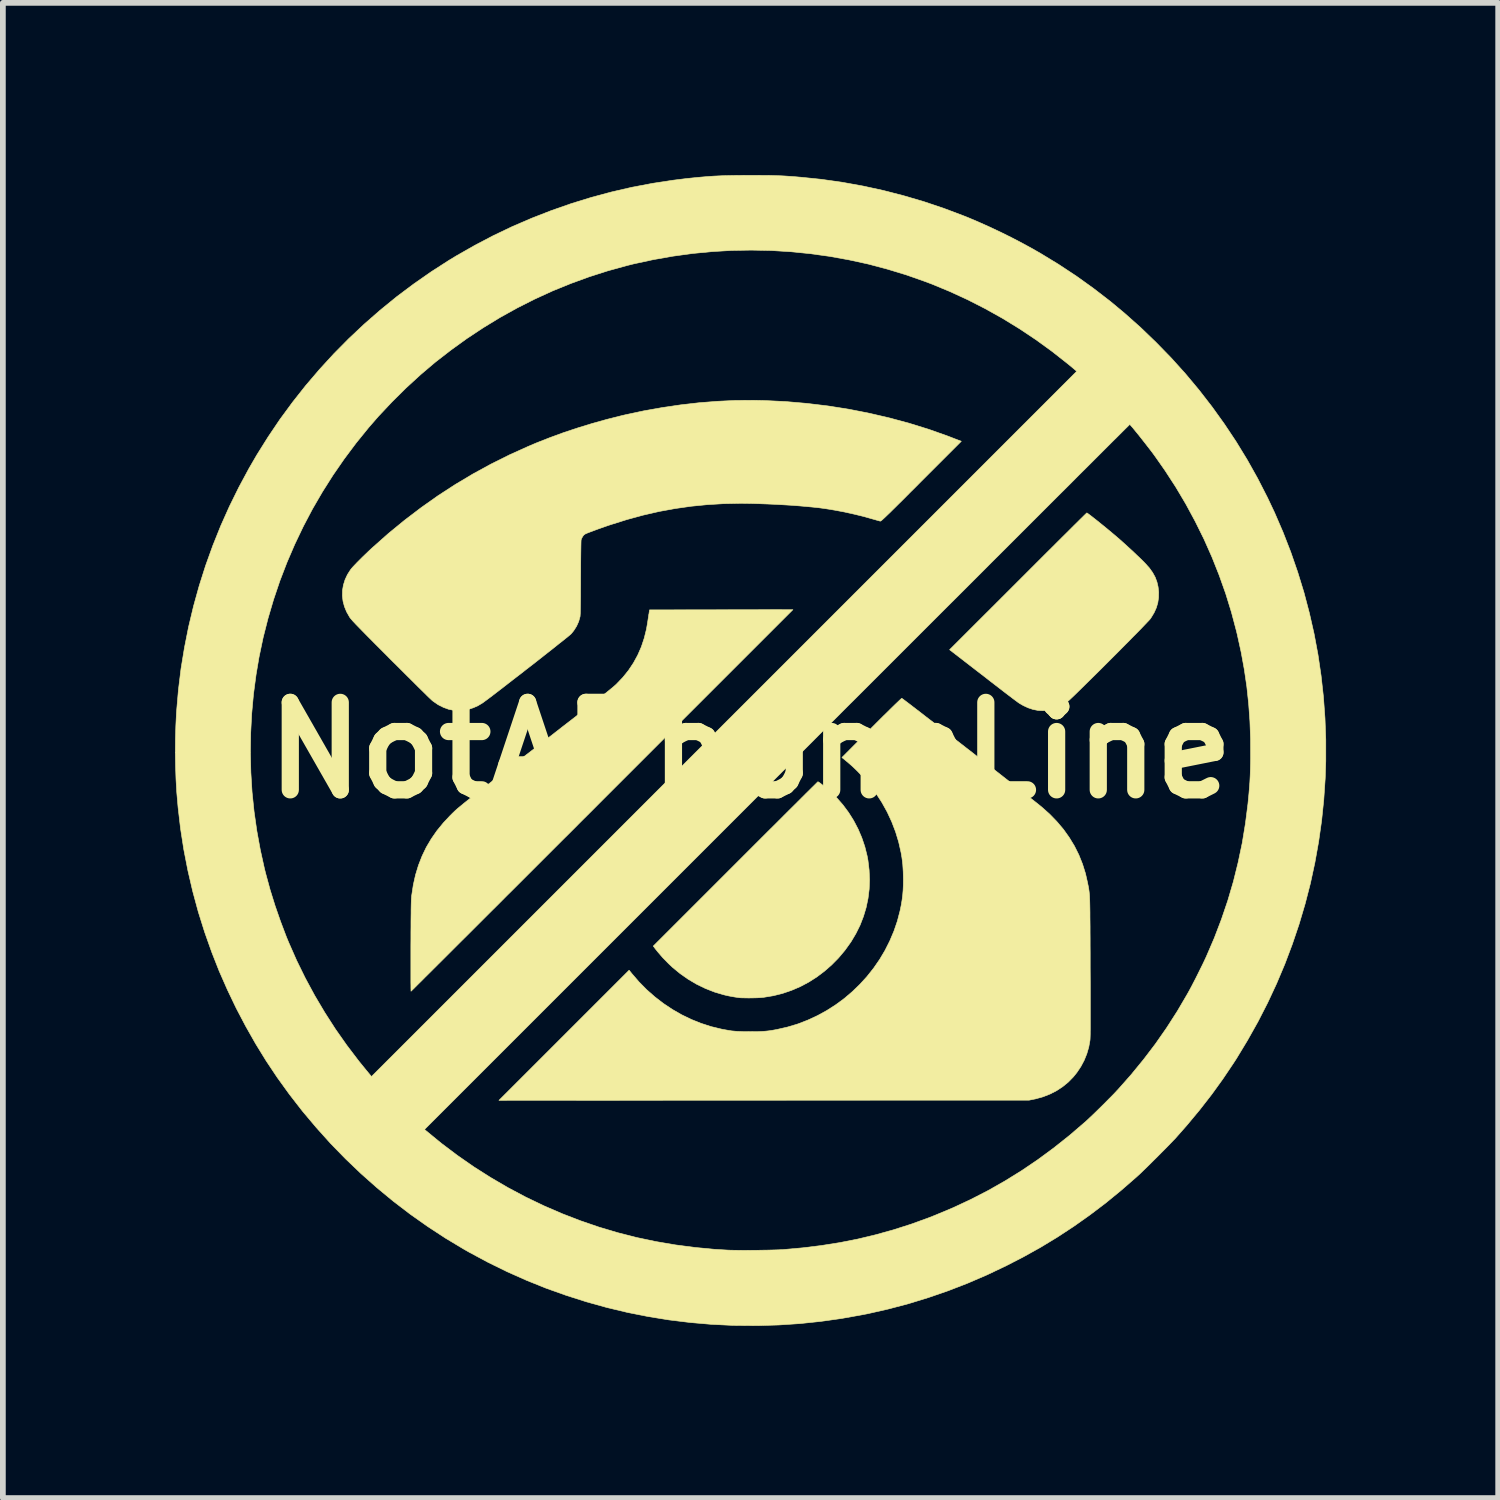
<source format=kicad_pcb>
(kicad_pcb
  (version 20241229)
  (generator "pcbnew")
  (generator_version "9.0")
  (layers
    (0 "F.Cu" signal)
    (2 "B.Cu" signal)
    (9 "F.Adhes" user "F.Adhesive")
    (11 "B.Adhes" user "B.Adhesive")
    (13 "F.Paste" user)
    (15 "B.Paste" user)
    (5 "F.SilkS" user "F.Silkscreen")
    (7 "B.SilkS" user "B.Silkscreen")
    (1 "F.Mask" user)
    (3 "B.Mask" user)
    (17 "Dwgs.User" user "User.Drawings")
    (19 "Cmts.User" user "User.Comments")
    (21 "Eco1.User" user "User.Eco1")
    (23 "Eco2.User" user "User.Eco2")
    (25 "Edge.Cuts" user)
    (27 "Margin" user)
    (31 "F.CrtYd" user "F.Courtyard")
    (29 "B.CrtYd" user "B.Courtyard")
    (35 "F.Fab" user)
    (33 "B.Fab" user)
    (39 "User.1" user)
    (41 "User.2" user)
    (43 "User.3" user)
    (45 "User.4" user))
  (footprint "NotAPhoneLine"
    (layer "F.Cu")
    (at 10.027 10.023)
    (property "Reference" "NotAPhoneLine" (at 0 0 0) (layer "F.SilkS") (effects (font (size 1.524 1.524) (thickness 0.3))))
    (attr through_hole)
    (fp_poly (pts (xy 1.184 0.553) (xy 1.202 0.564) (xy 1.226 0.582) (xy 1.255 0.605) (xy 1.288 0.631) (xy 1.321 0.658) (xy 1.354 0.686) (xy 1.383 0.711) (xy 1.501 0.826) (xy 1.61 0.951) (xy 1.709 1.084) (xy 1.797 1.224) (xy 1.874 1.371) (xy 1.939 1.523) (xy 1.992 1.679) (xy 2.032 1.839) (xy 2.047 1.92) (xy 2.067 2.088) (xy 2.074 2.254) (xy 2.068 2.419) (xy 2.048 2.581) (xy 2.015 2.74) (xy 1.968 2.896) (xy 1.909 3.048) (xy 1.836 3.195) (xy 1.751 3.338) (xy 1.746 3.345) (xy 1.645 3.486) (xy 1.534 3.618) (xy 1.415 3.739) (xy 1.288 3.85) (xy 1.154 3.951) (xy 1.014 4.04) (xy 0.867 4.118) (xy 0.715 4.183) (xy 0.558 4.237) (xy 0.397 4.277) (xy 0.233 4.304) (xy 0.218 4.306) (xy 0.183 4.309) (xy 0.137 4.312) (xy 0.084 4.314) (xy 0.027 4.315) (xy -0.03 4.316) (xy -0.085 4.315) (xy -0.133 4.314) (xy -0.172 4.313) (xy -0.184 4.312) (xy -0.222 4.307) (xy -0.27 4.3) (xy -0.323 4.291) (xy -0.376 4.281) (xy -0.426 4.27) (xy -0.464 4.261) (xy -0.627 4.213) (xy -0.785 4.151) (xy -0.938 4.077) (xy -1.084 3.991) (xy -1.224 3.893) (xy -1.358 3.783) (xy -1.428 3.717) (xy -1.527 3.616) (xy -1.614 3.515) (xy -1.658 3.46) (xy -1.694 3.412) (xy -0.262 1.98) (xy -0.144 1.862) (xy -0.029 1.747) (xy 0.084 1.634) (xy 0.193 1.525) (xy 0.298 1.42) (xy 0.4 1.319) (xy 0.497 1.222) (xy 0.589 1.13) (xy 0.675 1.044) (xy 0.757 0.963) (xy 0.832 0.888) (xy 0.901 0.819) (xy 0.963 0.757) (xy 1.018 0.703) (xy 1.065 0.656) (xy 1.105 0.617) (xy 1.136 0.586) (xy 1.158 0.564) (xy 1.171 0.552) (xy 1.175 0.548) (xy 1.184 0.553)) (stroke (width 0.01) (type solid)) (fill yes) (layer "F.SilkS"))
    (fp_poly (pts (xy 5.868 -4.132) (xy 5.886 -4.119) (xy 5.912 -4.1) (xy 5.946 -4.074) (xy 5.985 -4.043) (xy 6.03 -4.008) (xy 6.078 -3.969) (xy 6.129 -3.928) (xy 6.182 -3.885) (xy 6.235 -3.841) (xy 6.287 -3.798) (xy 6.337 -3.756) (xy 6.385 -3.715) (xy 6.428 -3.678) (xy 6.466 -3.645) (xy 6.471 -3.64) (xy 6.519 -3.597) (xy 6.57 -3.55) (xy 6.624 -3.501) (xy 6.678 -3.451) (xy 6.73 -3.401) (xy 6.779 -3.355) (xy 6.823 -3.312) (xy 6.859 -3.276) (xy 6.881 -3.253) (xy 6.951 -3.175) (xy 7.007 -3.096) (xy 7.051 -3.016) (xy 7.082 -2.933) (xy 7.102 -2.847) (xy 7.112 -2.757) (xy 7.11 -2.661) (xy 7.097 -2.57) (xy 7.071 -2.482) (xy 7.032 -2.396) (xy 6.98 -2.31) (xy 6.969 -2.294) (xy 6.959 -2.281) (xy 6.939 -2.259) (xy 6.91 -2.229) (xy 6.874 -2.191) (xy 6.831 -2.146) (xy 6.782 -2.095) (xy 6.727 -2.039) (xy 6.666 -1.978) (xy 6.602 -1.912) (xy 6.534 -1.844) (xy 6.464 -1.773) (xy 6.391 -1.699) (xy 6.317 -1.625) (xy 6.242 -1.55) (xy 6.167 -1.475) (xy 6.093 -1.401) (xy 6.02 -1.329) (xy 5.949 -1.259) (xy 5.881 -1.192) (xy 5.817 -1.129) (xy 5.757 -1.07) (xy 5.702 -1.016) (xy 5.653 -0.968) (xy 5.61 -0.927) (xy 5.574 -0.893) (xy 5.546 -0.867) (xy 5.526 -0.849) (xy 5.519 -0.844) (xy 5.44 -0.791) (xy 5.356 -0.749) (xy 5.269 -0.718) (xy 5.181 -0.698) (xy 5.093 -0.69) (xy 5.008 -0.694) (xy 5.007 -0.695) (xy 4.924 -0.711) (xy 4.84 -0.739) (xy 4.758 -0.776) (xy 4.684 -0.819) (xy 4.684 -0.819) (xy 4.671 -0.828) (xy 4.654 -0.84) (xy 4.633 -0.856) (xy 4.607 -0.875) (xy 4.576 -0.898) (xy 4.54 -0.926) (xy 4.496 -0.959) (xy 4.446 -0.997) (xy 4.389 -1.041) (xy 4.323 -1.092) (xy 4.249 -1.149) (xy 4.166 -1.213) (xy 4.074 -1.285) (xy 3.971 -1.364) (xy 3.905 -1.415) (xy 3.469 -1.752) (xy 4.662 -2.944) (xy 4.769 -3.051) (xy 4.874 -3.156) (xy 4.976 -3.258) (xy 5.075 -3.357) (xy 5.169 -3.451) (xy 5.26 -3.541) (xy 5.346 -3.627) (xy 5.426 -3.707) (xy 5.502 -3.782) (xy 5.571 -3.851) (xy 5.634 -3.914) (xy 5.69 -3.969) (xy 5.739 -4.018) (xy 5.78 -4.058) (xy 5.813 -4.091) (xy 5.838 -4.115) (xy 5.853 -4.13) (xy 5.86 -4.136) (xy 5.86 -4.136) (xy 5.868 -4.132)) (stroke (width 0.01) (type solid)) (fill yes) (layer "F.SilkS"))
    (fp_poly (pts (xy -2.585 0.874) (xy -2.765 1.055) (xy -2.943 1.232) (xy -3.118 1.408) (xy -3.291 1.58) (xy -3.46 1.749) (xy -3.625 1.914) (xy -3.787 2.076) (xy -3.945 2.234) (xy -4.099 2.388) (xy -4.249 2.537) (xy -4.393 2.682) (xy -4.533 2.821) (xy -4.668 2.956) (xy -4.797 3.085) (xy -4.92 3.208) (xy -5.038 3.325) (xy -5.149 3.436) (xy -5.254 3.541) (xy -5.352 3.639) (xy -5.443 3.729) (xy -5.527 3.813) (xy -5.603 3.889) (xy -5.672 3.957) (xy -5.732 4.018) (xy -5.785 4.07) (xy -5.829 4.114) (xy -5.864 4.149) (xy -5.89 4.175) (xy -5.907 4.191) (xy -5.915 4.198) (xy -5.915 4.199) (xy -5.916 4.192) (xy -5.916 4.172) (xy -5.917 4.14) (xy -5.917 4.097) (xy -5.918 4.043) (xy -5.918 3.98) (xy -5.918 3.908) (xy -5.918 3.829) (xy -5.918 3.742) (xy -5.918 3.65) (xy -5.918 3.552) (xy -5.918 3.45) (xy -5.918 3.409) (xy -5.917 3.284) (xy -5.917 3.172) (xy -5.916 3.073) (xy -5.916 2.984) (xy -5.915 2.907) (xy -5.914 2.839) (xy -5.914 2.78) (xy -5.913 2.729) (xy -5.912 2.685) (xy -5.911 2.648) (xy -5.91 2.617) (xy -5.909 2.591) (xy -5.907 2.568) (xy -5.906 2.549) (xy -5.904 2.532) (xy -5.903 2.527) (xy -5.875 2.344) (xy -5.836 2.17) (xy -5.785 2.003) (xy -5.723 1.844) (xy -5.649 1.69) (xy -5.562 1.543) (xy -5.464 1.402) (xy -5.352 1.265) (xy -5.236 1.141) (xy -5.22 1.125) (xy -5.204 1.109) (xy -5.189 1.094) (xy -5.174 1.08) (xy -5.159 1.065) (xy -5.143 1.05) (xy -5.125 1.034) (xy -5.106 1.017) (xy -5.084 0.999) (xy -5.06 0.979) (xy -5.032 0.956) (xy -5.001 0.93) (xy -4.966 0.902) (xy -4.926 0.87) (xy -4.881 0.835) (xy -4.831 0.795) (xy -4.774 0.751) (xy -4.711 0.702) (xy -4.641 0.648) (xy -4.564 0.588) (xy -4.479 0.522) (xy -4.386 0.449) (xy -4.284 0.37) (xy -4.172 0.284) (xy -4.051 0.191) (xy -3.92 0.089) (xy -3.813 0.007) (xy -3.664 -0.109) (xy -3.524 -0.216) (xy -3.395 -0.316) (xy -3.276 -0.409) (xy -3.166 -0.494) (xy -3.065 -0.572) (xy -2.973 -0.644) (xy -2.889 -0.709) (xy -2.812 -0.769) (xy -2.743 -0.823) (xy -2.681 -0.872) (xy -2.625 -0.915) (xy -2.576 -0.954) (xy -2.532 -0.989) (xy -2.493 -1.02) (xy -2.46 -1.047) (xy -2.431 -1.071) (xy -2.406 -1.091) (xy -2.385 -1.109) (xy -2.367 -1.125) (xy -2.352 -1.138) (xy -2.339 -1.15) (xy -2.335 -1.154) (xy -2.225 -1.269) (xy -2.126 -1.392) (xy -2.04 -1.521) (xy -1.965 -1.658) (xy -1.902 -1.802) (xy -1.852 -1.952) (xy -1.813 -2.109) (xy -1.797 -2.202) (xy -1.79 -2.246) (xy -1.783 -2.292) (xy -1.776 -2.337) (xy -1.771 -2.373) (xy -1.77 -2.373) (xy -1.759 -2.446) (xy -0.51 -2.448) (xy 0.739 -2.45) (xy -2.585 0.874)) (stroke (width 0.01) (type solid)) (fill yes) (layer "F.SilkS"))
    (fp_poly (pts (xy 2.643 -0.901) (xy 2.661 -0.888) (xy 2.689 -0.867) (xy 2.726 -0.839) (xy 2.771 -0.805) (xy 2.824 -0.764) (xy 2.885 -0.717) (xy 2.952 -0.666) (xy 3.025 -0.609) (xy 3.104 -0.548) (xy 3.188 -0.484) (xy 3.276 -0.416) (xy 3.367 -0.345) (xy 3.462 -0.272) (xy 3.559 -0.196) (xy 3.658 -0.12) (xy 3.758 -0.042) (xy 3.859 0.036) (xy 3.959 0.115) (xy 4.059 0.193) (xy 4.158 0.27) (xy 4.256 0.345) (xy 4.35 0.419) (xy 4.442 0.491) (xy 4.53 0.56) (xy 4.614 0.625) (xy 4.693 0.687) (xy 4.766 0.745) (xy 4.834 0.798) (xy 4.895 0.846) (xy 4.948 0.888) (xy 4.994 0.924) (xy 5.031 0.954) (xy 5.059 0.977) (xy 5.073 0.988) (xy 5.212 1.112) (xy 5.338 1.242) (xy 5.453 1.378) (xy 5.554 1.52) (xy 5.644 1.668) (xy 5.721 1.822) (xy 5.785 1.982) (xy 5.837 2.148) (xy 5.874 2.312) (xy 5.879 2.338) (xy 5.884 2.361) (xy 5.888 2.383) (xy 5.892 2.404) (xy 5.895 2.425) (xy 5.898 2.446) (xy 5.901 2.469) (xy 5.903 2.492) (xy 5.906 2.519) (xy 5.908 2.549) (xy 5.909 2.582) (xy 5.911 2.62) (xy 5.912 2.663) (xy 5.913 2.712) (xy 5.914 2.768) (xy 5.915 2.831) (xy 5.915 2.901) (xy 5.916 2.981) (xy 5.917 3.07) (xy 5.917 3.169) (xy 5.918 3.278) (xy 5.918 3.399) (xy 5.919 3.532) (xy 5.919 3.678) (xy 5.919 3.775) (xy 5.92 3.936) (xy 5.921 4.084) (xy 5.921 4.219) (xy 5.921 4.341) (xy 5.921 4.452) (xy 5.921 4.552) (xy 5.921 4.641) (xy 5.921 4.719) (xy 5.921 4.789) (xy 5.921 4.849) (xy 5.92 4.9) (xy 5.92 4.943) (xy 5.919 4.979) (xy 5.918 5.008) (xy 5.917 5.03) (xy 5.916 5.047) (xy 5.915 5.056) (xy 5.894 5.173) (xy 5.86 5.289) (xy 5.814 5.403) (xy 5.756 5.512) (xy 5.687 5.615) (xy 5.626 5.691) (xy 5.537 5.782) (xy 5.439 5.862) (xy 5.333 5.932) (xy 5.219 5.99) (xy 5.097 6.038) (xy 4.968 6.074) (xy 4.933 6.081) (xy 4.854 6.097) (xy 0.236 6.098) (xy -4.383 6.1) (xy -3.249 4.966) (xy -2.115 3.832) (xy -2.067 3.892) (xy -1.943 4.036) (xy -1.81 4.171) (xy -1.668 4.296) (xy -1.519 4.411) (xy -1.363 4.515) (xy -1.201 4.608) (xy -1.034 4.689) (xy -0.862 4.758) (xy -0.686 4.815) (xy -0.508 4.858) (xy -0.479 4.864) (xy -0.422 4.874) (xy -0.372 4.883) (xy -0.326 4.89) (xy -0.281 4.894) (xy -0.235 4.898) (xy -0.185 4.9) (xy -0.129 4.902) (xy -0.062 4.902) (xy -0.007 4.903) (xy 0.067 4.902) (xy 0.13 4.902) (xy 0.185 4.9) (xy 0.234 4.897) (xy 0.279 4.893) (xy 0.324 4.888) (xy 0.371 4.881) (xy 0.422 4.872) (xy 0.465 4.864) (xy 0.648 4.822) (xy 0.827 4.768) (xy 1 4.701) (xy 1.168 4.623) (xy 1.33 4.534) (xy 1.486 4.434) (xy 1.634 4.325) (xy 1.775 4.205) (xy 1.907 4.077) (xy 2.031 3.941) (xy 2.145 3.797) (xy 2.25 3.645) (xy 2.344 3.487) (xy 2.427 3.322) (xy 2.499 3.152) (xy 2.559 2.977) (xy 2.606 2.797) (xy 2.626 2.7) (xy 2.641 2.61) (xy 2.652 2.524) (xy 2.659 2.439) (xy 2.663 2.349) (xy 2.664 2.253) (xy 2.663 2.196) (xy 2.661 2.117) (xy 2.657 2.049) (xy 2.653 1.987) (xy 2.646 1.927) (xy 2.638 1.867) (xy 2.627 1.803) (xy 2.623 1.78) (xy 2.582 1.599) (xy 2.528 1.421) (xy 2.461 1.246) (xy 2.382 1.076) (xy 2.29 0.91) (xy 2.187 0.751) (xy 2.073 0.598) (xy 1.948 0.453) (xy 1.867 0.368) (xy 1.817 0.319) (xy 1.768 0.273) (xy 1.715 0.227) (xy 1.656 0.177) (xy 1.61 0.14) (xy 1.593 0.126) (xy 2.11 -0.392) (xy 2.18 -0.462) (xy 2.248 -0.53) (xy 2.312 -0.594) (xy 2.373 -0.653) (xy 2.429 -0.709) (xy 2.479 -0.758) (xy 2.524 -0.802) (xy 2.562 -0.838) (xy 2.593 -0.868) (xy 2.616 -0.889) (xy 2.63 -0.902) (xy 2.635 -0.906) (xy 2.643 -0.901)) (stroke (width 0.01) (type solid)) (fill yes) (layer "F.SilkS"))
    (fp_poly (pts (xy 0.241 -6.094) (xy 0.613 -6.076) (xy 0.982 -6.044) (xy 1.348 -6) (xy 1.71 -5.943) (xy 2.067 -5.873) (xy 2.42 -5.791) (xy 2.768 -5.697) (xy 3.11 -5.591) (xy 3.445 -5.472) (xy 3.566 -5.425) (xy 3.673 -5.384) (xy 2.976 -4.687) (xy 2.879 -4.589) (xy 2.79 -4.501) (xy 2.711 -4.421) (xy 2.64 -4.35) (xy 2.577 -4.288) (xy 2.521 -4.232) (xy 2.472 -4.184) (xy 2.43 -4.142) (xy 2.393 -4.107) (xy 2.363 -4.078) (xy 2.337 -4.053) (xy 2.316 -4.034) (xy 2.3 -4.019) (xy 2.286 -4.007) (xy 2.277 -4) (xy 2.27 -3.995) (xy 2.265 -3.993) (xy 2.262 -3.993) (xy 2.25 -3.995) (xy 2.227 -4.002) (xy 2.196 -4.01) (xy 2.16 -4.021) (xy 2.137 -4.027) (xy 1.975 -4.073) (xy 1.807 -4.114) (xy 1.636 -4.152) (xy 1.466 -4.184) (xy 1.301 -4.211) (xy 1.19 -4.226) (xy 1.085 -4.237) (xy 0.968 -4.248) (xy 0.842 -4.259) (xy 0.709 -4.269) (xy 0.573 -4.277) (xy 0.434 -4.285) (xy 0.295 -4.291) (xy 0.16 -4.296) (xy 0.03 -4.3) (xy -0.092 -4.302) (xy -0.17 -4.303) (xy -0.463 -4.297) (xy -0.75 -4.28) (xy -1.033 -4.252) (xy -1.313 -4.212) (xy -1.592 -4.161) (xy -1.871 -4.097) (xy -2.153 -4.02) (xy -2.437 -3.931) (xy -2.488 -3.914) (xy -2.548 -3.893) (xy -2.608 -3.872) (xy -2.667 -3.851) (xy -2.723 -3.83) (xy -2.774 -3.811) (xy -2.817 -3.795) (xy -2.852 -3.781) (xy -2.876 -3.77) (xy -2.881 -3.768) (xy -2.905 -3.75) (xy -2.926 -3.722) (xy -2.944 -3.687) (xy -2.95 -3.67) (xy -2.952 -3.659) (xy -2.953 -3.634) (xy -2.954 -3.596) (xy -2.955 -3.545) (xy -2.956 -3.481) (xy -2.957 -3.406) (xy -2.958 -3.319) (xy -2.959 -3.22) (xy -2.959 -3.11) (xy -2.96 -3.008) (xy -2.96 -2.886) (xy -2.961 -2.778) (xy -2.961 -2.682) (xy -2.962 -2.598) (xy -2.963 -2.527) (xy -2.964 -2.467) (xy -2.965 -2.419) (xy -2.966 -2.381) (xy -2.968 -2.353) (xy -2.969 -2.335) (xy -2.97 -2.329) (xy -2.994 -2.243) (xy -3.031 -2.161) (xy -3.08 -2.084) (xy -3.125 -2.029) (xy -3.136 -2.019) (xy -3.157 -2.001) (xy -3.187 -1.976) (xy -3.226 -1.945) (xy -3.273 -1.907) (xy -3.327 -1.865) (xy -3.387 -1.817) (xy -3.452 -1.765) (xy -3.522 -1.71) (xy -3.596 -1.652) (xy -3.673 -1.591) (xy -3.752 -1.529) (xy -3.833 -1.466) (xy -3.915 -1.403) (xy -3.996 -1.339) (xy -4.077 -1.277) (xy -4.156 -1.216) (xy -4.232 -1.157) (xy -4.305 -1.1) (xy -4.374 -1.047) (xy -4.438 -0.998) (xy -4.496 -0.953) (xy -4.548 -0.914) (xy -4.593 -0.88) (xy -4.63 -0.853) (xy -4.658 -0.832) (xy -4.674 -0.821) (xy -4.75 -0.776) (xy -4.831 -0.74) (xy -4.916 -0.713) (xy -5 -0.696) (xy -5.083 -0.69) (xy -5.161 -0.694) (xy -5.161 -0.694) (xy -5.259 -0.714) (xy -5.352 -0.748) (xy -5.443 -0.794) (xy -5.53 -0.854) (xy -5.544 -0.865) (xy -5.555 -0.875) (xy -5.576 -0.895) (xy -5.605 -0.922) (xy -5.642 -0.958) (xy -5.686 -1.002) (xy -5.737 -1.052) (xy -5.794 -1.108) (xy -5.856 -1.17) (xy -5.923 -1.237) (xy -5.995 -1.308) (xy -6.07 -1.383) (xy -6.148 -1.461) (xy -6.229 -1.541) (xy -6.271 -1.583) (xy -6.368 -1.681) (xy -6.455 -1.768) (xy -6.534 -1.847) (xy -6.604 -1.918) (xy -6.667 -1.981) (xy -6.722 -2.037) (xy -6.77 -2.086) (xy -6.812 -2.129) (xy -6.848 -2.166) (xy -6.879 -2.198) (xy -6.904 -2.225) (xy -6.926 -2.248) (xy -6.943 -2.268) (xy -6.957 -2.284) (xy -6.969 -2.298) (xy -6.978 -2.31) (xy -6.985 -2.319) (xy -6.985 -2.32) (xy -7.037 -2.411) (xy -7.075 -2.503) (xy -7.1 -2.597) (xy -7.111 -2.692) (xy -7.109 -2.787) (xy -7.093 -2.881) (xy -7.064 -2.973) (xy -7.022 -3.063) (xy -6.97 -3.144) (xy -6.953 -3.166) (xy -6.927 -3.196) (xy -6.893 -3.232) (xy -6.853 -3.274) (xy -6.808 -3.319) (xy -6.76 -3.367) (xy -6.709 -3.416) (xy -6.658 -3.465) (xy -6.607 -3.513) (xy -6.589 -3.529) (xy -6.312 -3.775) (xy -6.029 -4.007) (xy -5.74 -4.227) (xy -5.446 -4.435) (xy -5.144 -4.631) (xy -4.836 -4.815) (xy -4.521 -4.987) (xy -4.198 -5.148) (xy -3.868 -5.297) (xy -3.734 -5.354) (xy -3.502 -5.445) (xy -3.26 -5.534) (xy -3.01 -5.617) (xy -2.756 -5.695) (xy -2.501 -5.766) (xy -2.247 -5.83) (xy -2.192 -5.843) (xy -1.866 -5.913) (xy -1.54 -5.971) (xy -1.214 -6.019) (xy -0.891 -6.056) (xy -0.57 -6.081) (xy -0.253 -6.096) (xy 0.057 -6.098) (xy 0.241 -6.094)) (stroke (width 0.01) (type solid)) (fill yes) (layer "F.SilkS"))
    (fp_poly (pts (xy 0.101 -10.018) (xy 0.191 -10.017) (xy 0.27 -10.017) (xy 0.342 -10.016) (xy 0.408 -10.014) (xy 0.469 -10.012) (xy 0.529 -10.01) (xy 0.588 -10.007) (xy 0.649 -10.003) (xy 0.715 -9.998) (xy 0.785 -9.993) (xy 0.864 -9.986) (xy 0.867 -9.986) (xy 1.23 -9.949) (xy 1.592 -9.898) (xy 1.953 -9.833) (xy 2.312 -9.755) (xy 2.669 -9.663) (xy 3.023 -9.559) (xy 3.373 -9.441) (xy 3.72 -9.31) (xy 3.793 -9.281) (xy 3.974 -9.204) (xy 4.162 -9.12) (xy 4.353 -9.03) (xy 4.545 -8.935) (xy 4.733 -8.837) (xy 4.914 -8.738) (xy 5.052 -8.659) (xy 5.369 -8.466) (xy 5.678 -8.262) (xy 5.979 -8.046) (xy 6.272 -7.82) (xy 6.516 -7.617) (xy 6.797 -7.367) (xy 7.067 -7.107) (xy 7.328 -6.839) (xy 7.577 -6.563) (xy 7.815 -6.278) (xy 8.042 -5.985) (xy 8.258 -5.684) (xy 8.463 -5.376) (xy 8.656 -5.06) (xy 8.837 -4.737) (xy 9.006 -4.407) (xy 9.131 -4.143) (xy 9.279 -3.8) (xy 9.414 -3.453) (xy 9.535 -3.103) (xy 9.644 -2.748) (xy 9.738 -2.391) (xy 9.82 -2.03) (xy 9.888 -1.666) (xy 9.942 -1.3) (xy 9.983 -0.931) (xy 10.01 -0.559) (xy 10.024 -0.186) (xy 10.024 0.189) (xy 10.014 0.489) (xy 9.989 0.86) (xy 9.951 1.229) (xy 9.899 1.595) (xy 9.834 1.958) (xy 9.756 2.319) (xy 9.664 2.676) (xy 9.559 3.03) (xy 9.441 3.379) (xy 9.311 3.724) (xy 9.167 4.065) (xy 9.011 4.4) (xy 8.842 4.73) (xy 8.66 5.054) (xy 8.467 5.373) (xy 8.419 5.447) (xy 8.233 5.724) (xy 8.036 5.997) (xy 7.826 6.267) (xy 7.604 6.534) (xy 7.433 6.728) (xy 7.403 6.762) (xy 7.363 6.803) (xy 7.317 6.851) (xy 7.265 6.905) (xy 7.208 6.963) (xy 7.148 7.023) (xy 7.087 7.085) (xy 7.025 7.146) (xy 6.965 7.206) (xy 6.907 7.263) (xy 6.853 7.315) (xy 6.805 7.362) (xy 6.763 7.401) (xy 6.729 7.432) (xy 6.728 7.433) (xy 6.458 7.668) (xy 6.187 7.89) (xy 5.911 8.099) (xy 5.631 8.297) (xy 5.346 8.484) (xy 5.054 8.661) (xy 4.754 8.828) (xy 4.459 8.98) (xy 4.123 9.14) (xy 3.784 9.286) (xy 3.443 9.418) (xy 3.098 9.537) (xy 2.75 9.644) (xy 2.397 9.737) (xy 2.04 9.818) (xy 1.947 9.836) (xy 1.584 9.901) (xy 1.221 9.952) (xy 0.858 9.99) (xy 0.492 10.014) (xy 0.124 10.025) (xy -0.248 10.022) (xy -0.309 10.021) (xy -0.68 10.003) (xy -1.05 9.971) (xy -1.418 9.926) (xy -1.783 9.867) (xy -2.145 9.795) (xy -2.505 9.709) (xy -2.86 9.61) (xy -3.212 9.498) (xy -3.56 9.374) (xy -3.903 9.236) (xy -4.242 9.085) (xy -4.574 8.922) (xy -4.902 8.746) (xy -5 8.69) (xy -5.318 8.499) (xy -5.628 8.296) (xy -5.931 8.082) (xy -6.225 7.857) (xy -6.511 7.621) (xy -6.788 7.375) (xy -7.057 7.118) (xy -7.316 6.852) (xy -7.536 6.607) (xy -5.68 6.607) (xy -5.658 6.626) (xy -5.386 6.849) (xy -5.106 7.06) (xy -4.82 7.259) (xy -4.527 7.445) (xy -4.228 7.62) (xy -3.921 7.783) (xy -3.907 7.79) (xy -3.594 7.94) (xy -3.279 8.076) (xy -2.96 8.199) (xy -2.639 8.309) (xy -2.313 8.406) (xy -1.984 8.49) (xy -1.651 8.56) (xy -1.312 8.618) (xy -0.969 8.663) (xy -0.621 8.696) (xy -0.399 8.709) (xy -0.352 8.711) (xy -0.294 8.712) (xy -0.226 8.713) (xy -0.15 8.714) (xy -0.068 8.714) (xy 0.017 8.713) (xy 0.104 8.713) (xy 0.191 8.711) (xy 0.275 8.71) (xy 0.354 8.708) (xy 0.427 8.706) (xy 0.491 8.704) (xy 0.545 8.701) (xy 0.569 8.7) (xy 0.905 8.67) (xy 1.232 8.63) (xy 1.554 8.579) (xy 1.869 8.517) (xy 2.181 8.442) (xy 2.49 8.356) (xy 2.797 8.258) (xy 3.103 8.147) (xy 3.217 8.102) (xy 3.532 7.97) (xy 3.84 7.826) (xy 4.141 7.671) (xy 4.435 7.504) (xy 4.724 7.325) (xy 5.006 7.134) (xy 5.283 6.93) (xy 5.556 6.713) (xy 5.823 6.484) (xy 5.833 6.476) (xy 5.87 6.442) (xy 5.914 6.4) (xy 5.965 6.352) (xy 6.021 6.298) (xy 6.079 6.241) (xy 6.138 6.183) (xy 6.197 6.124) (xy 6.253 6.067) (xy 6.306 6.014) (xy 6.353 5.965) (xy 6.392 5.923) (xy 6.402 5.913) (xy 6.631 5.654) (xy 6.848 5.389) (xy 7.055 5.117) (xy 7.251 4.836) (xy 7.437 4.546) (xy 7.613 4.246) (xy 7.62 4.233) (xy 7.649 4.181) (xy 7.683 4.118) (xy 7.719 4.048) (xy 7.758 3.973) (xy 7.797 3.895) (xy 7.835 3.818) (xy 7.872 3.744) (xy 7.905 3.675) (xy 7.933 3.615) (xy 7.944 3.591) (xy 8.082 3.27) (xy 8.206 2.945) (xy 8.317 2.618) (xy 8.414 2.288) (xy 8.497 1.954) (xy 8.568 1.617) (xy 8.624 1.276) (xy 8.668 0.931) (xy 8.685 0.756) (xy 8.691 0.683) (xy 8.696 0.616) (xy 8.701 0.555) (xy 8.704 0.495) (xy 8.707 0.435) (xy 8.709 0.372) (xy 8.711 0.303) (xy 8.713 0.226) (xy 8.714 0.138) (xy 8.714 0.118) (xy 8.713 -0.198) (xy 8.702 -0.507) (xy 8.68 -0.81) (xy 8.648 -1.11) (xy 8.604 -1.41) (xy 8.549 -1.711) (xy 8.482 -2.015) (xy 8.467 -2.078) (xy 8.38 -2.406) (xy 8.28 -2.73) (xy 8.166 -3.051) (xy 8.04 -3.368) (xy 7.901 -3.681) (xy 7.749 -3.988) (xy 7.586 -4.29) (xy 7.411 -4.585) (xy 7.224 -4.873) (xy 7.056 -5.113) (xy 7.027 -5.153) (xy 6.994 -5.198) (xy 6.957 -5.246) (xy 6.918 -5.296) (xy 6.878 -5.348) (xy 6.837 -5.4) (xy 6.797 -5.451) (xy 6.759 -5.499) (xy 6.722 -5.544) (xy 6.689 -5.584) (xy 6.661 -5.619) (xy 6.637 -5.646) (xy 6.62 -5.666) (xy 6.61 -5.676) (xy 6.608 -5.677) (xy 6.603 -5.672) (xy 6.588 -5.657) (xy 6.564 -5.633) (xy 6.53 -5.6) (xy 6.488 -5.558) (xy 6.437 -5.507) (xy 6.377 -5.447) (xy 6.308 -5.379) (xy 6.231 -5.302) (xy 6.146 -5.217) (xy 6.053 -5.124) (xy 5.953 -5.024) (xy 5.844 -4.915) (xy 5.728 -4.8) (xy 5.606 -4.677) (xy 5.476 -4.547) (xy 5.339 -4.411) (xy 5.195 -4.267) (xy 5.045 -4.117) (xy 4.889 -3.961) (xy 4.727 -3.799) (xy 4.559 -3.631) (xy 4.385 -3.457) (xy 4.205 -3.278) (xy 4.021 -3.093) (xy 3.831 -2.903) (xy 3.636 -2.708) (xy 3.436 -2.509) (xy 3.231 -2.304) (xy 3.023 -2.096) (xy 2.81 -1.883) (xy 2.593 -1.666) (xy 2.372 -1.445) (xy 2.147 -1.22) (xy 1.919 -0.992) (xy 1.687 -0.761) (xy 1.453 -0.526) (xy 1.215 -0.289) (xy 0.975 -0.048) (xy 0.732 0.194) (xy 0.487 0.44) (xy 0.462 0.465) (xy -5.68 6.607) (xy -7.536 6.607) (xy -7.565 6.575) (xy -7.805 6.29) (xy -8.034 5.995) (xy -8.247 5.7) (xy -8.439 5.412) (xy -8.623 5.113) (xy -8.797 4.806) (xy -8.962 4.492) (xy -9.115 4.172) (xy -9.258 3.847) (xy -9.387 3.519) (xy -9.387 3.519) (xy -9.511 3.169) (xy -9.622 2.815) (xy -9.719 2.457) (xy -9.803 2.096) (xy -9.874 1.732) (xy -9.931 1.365) (xy -9.974 0.996) (xy -9.997 0.732) (xy -10.01 0.508) (xy -10.018 0.276) (xy -10.022 0.044) (xy -8.714 0.044) (xy -8.706 0.386) (xy -8.685 0.728) (xy -8.65 1.067) (xy -8.602 1.404) (xy -8.541 1.738) (xy -8.468 2.068) (xy -8.445 2.158) (xy -8.37 2.433) (xy -8.284 2.709) (xy -8.189 2.982) (xy -8.088 3.249) (xy -8.047 3.348) (xy -7.909 3.661) (xy -7.758 3.969) (xy -7.595 4.271) (xy -7.419 4.568) (xy -7.232 4.859) (xy -7.033 5.142) (xy -6.823 5.418) (xy -6.697 5.573) (xy -6.604 5.685) (xy -0.46 -0.459) (xy 5.684 -6.603) (xy 5.648 -6.635) (xy 5.63 -6.65) (xy 5.604 -6.672) (xy 5.573 -6.698) (xy 5.54 -6.725) (xy 5.525 -6.737) (xy 5.253 -6.951) (xy 4.973 -7.154) (xy 4.685 -7.346) (xy 4.39 -7.527) (xy 4.089 -7.695) (xy 3.781 -7.852) (xy 3.468 -7.996) (xy 3.151 -8.127) (xy 3.036 -8.17) (xy 2.712 -8.284) (xy 2.383 -8.384) (xy 2.052 -8.472) (xy 1.717 -8.545) (xy 1.38 -8.606) (xy 1.041 -8.653) (xy 0.7 -8.687) (xy 0.358 -8.708) (xy 0.015 -8.715) (xy -0.328 -8.709) (xy -0.671 -8.689) (xy -1.013 -8.656) (xy -1.354 -8.609) (xy -1.694 -8.549) (xy -2.032 -8.476) (xy -2.156 -8.445) (xy -2.486 -8.354) (xy -2.811 -8.25) (xy -3.132 -8.133) (xy -3.449 -8.004) (xy -3.759 -7.862) (xy -4.064 -7.708) (xy -4.363 -7.542) (xy -4.655 -7.364) (xy -4.941 -7.175) (xy -5.218 -6.975) (xy -5.489 -6.765) (xy -5.751 -6.543) (xy -6.004 -6.311) (xy -6.248 -6.069) (xy -6.484 -5.818) (xy -6.651 -5.626) (xy -6.871 -5.355) (xy -7.079 -5.077) (xy -7.275 -4.793) (xy -7.46 -4.501) (xy -7.633 -4.203) (xy -7.793 -3.899) (xy -7.941 -3.589) (xy -8.077 -3.273) (xy -8.2 -2.953) (xy -8.31 -2.627) (xy -8.407 -2.298) (xy -8.492 -1.964) (xy -8.563 -1.626) (xy -8.615 -1.319) (xy -8.66 -0.98) (xy -8.691 -0.64) (xy -8.709 -0.298) (xy -8.714 0.044) (xy -10.022 0.044) (xy -10.022 0.04) (xy -10.02 -0.197) (xy -10.013 -0.429) (xy -10.002 -0.654) (xy -10 -0.68) (xy -9.968 -1.052) (xy -9.923 -1.421) (xy -9.863 -1.787) (xy -9.791 -2.15) (xy -9.705 -2.51) (xy -9.606 -2.866) (xy -9.494 -3.219) (xy -9.369 -3.566) (xy -9.231 -3.91) (xy -9.08 -4.248) (xy -8.916 -4.581) (xy -8.74 -4.908) (xy -8.602 -5.146) (xy -8.406 -5.459) (xy -8.199 -5.766) (xy -7.98 -6.064) (xy -7.751 -6.354) (xy -7.511 -6.635) (xy -7.261 -6.908) (xy -7.001 -7.171) (xy -6.731 -7.425) (xy -6.453 -7.668) (xy -6.166 -7.902) (xy -5.87 -8.124) (xy -5.566 -8.336) (xy -5.254 -8.537) (xy -5.122 -8.617) (xy -4.804 -8.798) (xy -4.48 -8.968) (xy -4.149 -9.126) (xy -3.812 -9.271) (xy -3.471 -9.404) (xy -3.125 -9.525) (xy -2.775 -9.633) (xy -2.422 -9.728) (xy -2.066 -9.81) (xy -1.708 -9.878) (xy -1.348 -9.933) (xy -1.114 -9.962) (xy -1.007 -9.973) (xy -0.908 -9.983) (xy -0.816 -9.991) (xy -0.729 -9.998) (xy -0.643 -10.004) (xy -0.558 -10.008) (xy -0.471 -10.012) (xy -0.38 -10.014) (xy -0.282 -10.016) (xy -0.175 -10.017) (xy -0.058 -10.018) (xy 0 -10.018) (xy 0.101 -10.018)) (stroke (width 0.01) (type solid)) (fill yes) (layer "F.SilkS")))
  (gr_rect
    (start -3 -3)
    (end 23.055 23.053)
    (stroke (width 0.1) (type default))
    (fill no)
    (layer "Edge.Cuts")))
</source>
